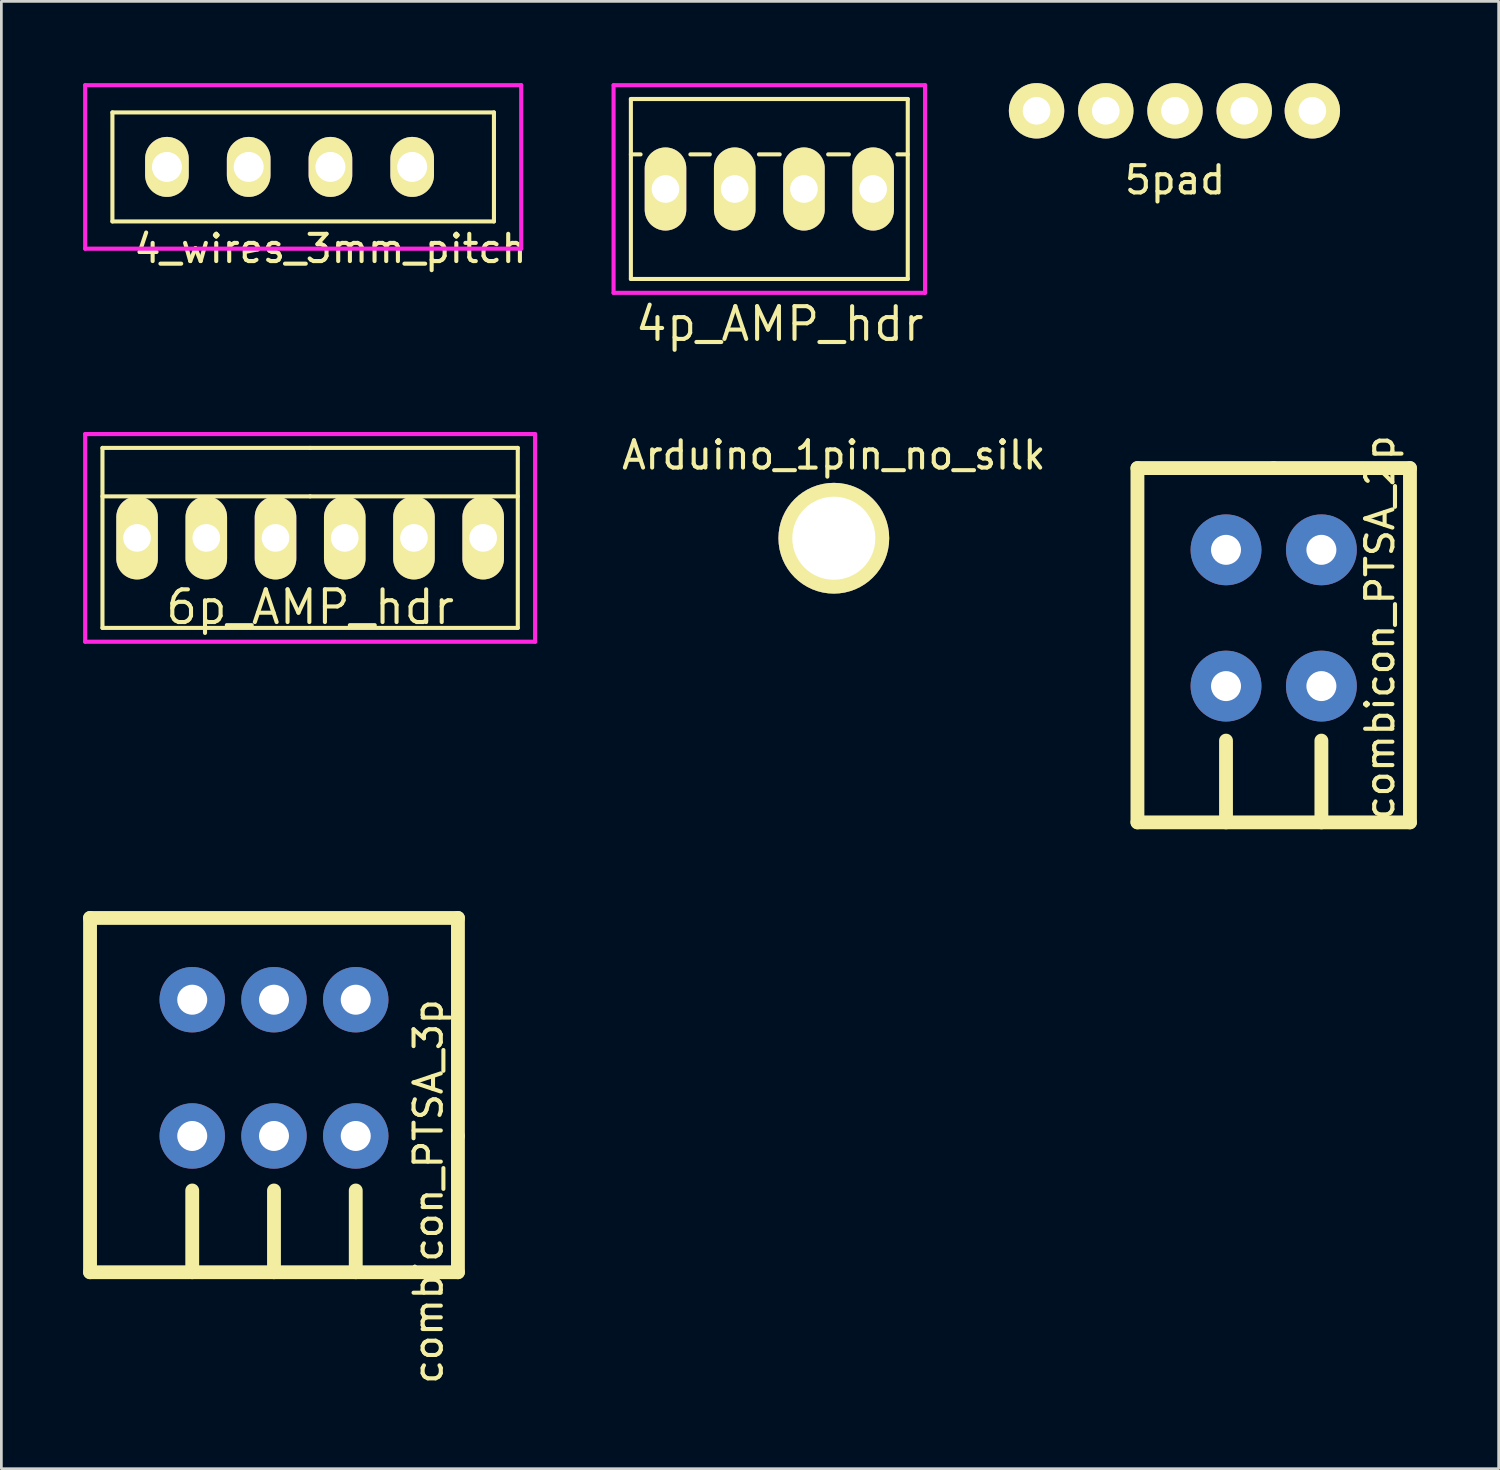
<source format=kicad_pcb>
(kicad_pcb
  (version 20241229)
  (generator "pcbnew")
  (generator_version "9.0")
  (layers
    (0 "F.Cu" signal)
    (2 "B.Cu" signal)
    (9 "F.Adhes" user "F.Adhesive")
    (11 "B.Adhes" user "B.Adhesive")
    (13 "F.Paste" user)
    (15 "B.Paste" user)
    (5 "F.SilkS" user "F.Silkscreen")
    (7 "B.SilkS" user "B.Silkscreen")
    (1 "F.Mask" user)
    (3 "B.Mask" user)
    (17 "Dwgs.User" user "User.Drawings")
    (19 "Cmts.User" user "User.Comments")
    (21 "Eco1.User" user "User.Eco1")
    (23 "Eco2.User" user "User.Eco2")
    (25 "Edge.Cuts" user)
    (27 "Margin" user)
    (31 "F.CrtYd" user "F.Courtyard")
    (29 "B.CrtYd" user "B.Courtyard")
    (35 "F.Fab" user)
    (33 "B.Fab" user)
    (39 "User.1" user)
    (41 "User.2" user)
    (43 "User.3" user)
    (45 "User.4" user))
  (footprint "4p_AMP_hdr"
    (layer "F.Cu")
    (at 25.18 3.885)
    (property "Reference" "4p_AMP_hdr" (at 0.381 4.953 0) (layer "F.SilkS") (effects (font (size 1.2 1.2) (thickness 0.15))))
    (attr through_hole)
    (fp_line (start -5.08 -3.302) (end 5.08 -3.302) (stroke (width 0.15) (type solid)) (layer "F.SilkS"))
    (fp_line (start -5.08 -1.27) (end -4.724 -1.27) (stroke (width 0.15) (type solid)) (layer "F.SilkS"))
    (fp_line (start -5.08 3.302) (end -5.08 -3.302) (stroke (width 0.15) (type solid)) (layer "F.SilkS"))
    (fp_line (start -2.896 -1.27) (end -2.184 -1.27) (stroke (width 0.15) (type solid)) (layer "F.SilkS"))
    (fp_line (start -0.381 -1.27) (end 0.381 -1.27) (stroke (width 0.15) (type solid)) (layer "F.SilkS"))
    (fp_line (start 2.159 -1.27) (end 2.921 -1.27) (stroke (width 0.15) (type solid)) (layer "F.SilkS"))
    (fp_line (start 4.699 -1.27) (end 5.08 -1.27) (stroke (width 0.15) (type solid)) (layer "F.SilkS"))
    (fp_line (start 5.08 -3.302) (end 5.08 3.302) (stroke (width 0.15) (type solid)) (layer "F.SilkS"))
    (fp_line (start 5.08 3.302) (end -5.08 3.302) (stroke (width 0.15) (type solid)) (layer "F.SilkS"))
    (fp_line (start -5.715 -3.81) (end 5.715 -3.81) (stroke (width 0.15) (type solid)) (layer "F.CrtYd"))
    (fp_line (start -5.715 3.81) (end -5.715 -3.81) (stroke (width 0.15) (type solid)) (layer "F.CrtYd"))
    (fp_line (start 5.715 -3.81) (end 5.715 3.81) (stroke (width 0.15) (type solid)) (layer "F.CrtYd"))
    (fp_line (start 5.715 3.81) (end -5.715 3.81) (stroke (width 0.15) (type solid)) (layer "F.CrtYd"))
    (pad "1" thru_hole oval (at -3.81 0) (size 1.524 3.048) (drill 1.016) (layers "*.Cu" "*.Mask" "F.SilkS"))
    (pad "2" thru_hole oval (at -1.27 0) (size 1.524 3.048) (drill 1.016) (layers "*.Cu" "*.Mask" "F.SilkS"))
    (pad "3" thru_hole oval (at 1.27 0) (size 1.524 3.048) (drill 1.016) (layers "*.Cu" "*.Mask" "F.SilkS"))
    (pad "4" thru_hole oval (at 3.81 0) (size 1.524 3.048) (drill 1.016) (layers "*.Cu" "*.Mask" "F.SilkS")))
  (footprint "combicon_PTSA_2p"
    (layer "F.Cu")
    (at 43.688 22.126)
    (property "Reference" "combicon_PTSA_2p" (at 3.9 -2.15 90) (layer "F.SilkS") (effects (font (size 1 1) (thickness 0.15))))
    (attr through_hole)
    (fp_line (start -5 -8) (end 0 -8) (stroke (width 0.508) (type solid)) (layer "F.SilkS"))
    (fp_line (start -5 5) (end -5 -8) (stroke (width 0.508) (type solid)) (layer "F.SilkS"))
    (fp_line (start -1.75 2) (end -1.75 5) (stroke (width 0.508) (type solid)) (layer "F.SilkS"))
    (fp_line (start 0 -8) (end 5 -8) (stroke (width 0.508) (type solid)) (layer "F.SilkS"))
    (fp_line (start 1.75 2) (end 1.75 5) (stroke (width 0.508) (type solid)) (layer "F.SilkS"))
    (fp_line (start 5 -8) (end 5 5) (stroke (width 0.508) (type solid)) (layer "F.SilkS"))
    (fp_line (start 5 5) (end -5 5) (stroke (width 0.508) (type solid)) (layer "F.SilkS"))
    (pad "1" thru_hole circle (at -1.75 -5) (size 2.6 2.6) (drill 1.1) (layers "*.Cu" "*.Mask"))
    (pad "1" thru_hole circle (at -1.75 0) (size 2.6 2.6) (drill 1.1) (layers "*.Cu" "*.Mask"))
    (pad "2" thru_hole circle (at 1.75 -5) (size 2.6 2.6) (drill 1.1) (layers "*.Cu" "*.Mask"))
    (pad "2" thru_hole circle (at 1.75 0) (size 2.6 2.6) (drill 1.1) (layers "*.Cu" "*.Mask")))
  (footprint "Arduino_1pin_no_silk"
    (layer "F.Cu")
    (at 27.547 16.7)
    (property "Reference" "Arduino_1pin_no_silk" (at 0 -3.048 0) (layer "F.SilkS") (effects (font (size 1 1) (thickness 0.15))))
    (attr through_hole)
    (pad "1" thru_hole circle (at 0 0) (size 4.064 4.064) (drill 3.048) (layers "*.Cu" "*.Mask" "F.SilkS")))
  (footprint "6p_AMP_hdr"
    (layer "F.Cu")
    (at 5.79 16.688)
    (property "Reference" "6p_AMP_hdr" (at 2.54 2.54 0) (layer "F.SilkS") (effects (font (size 1.2 1.2) (thickness 0.15))))
    (attr through_hole)
    (fp_line (start -5.08 -3.302) (end 2.54 -3.302) (stroke (width 0.15) (type solid)) (layer "F.SilkS"))
    (fp_line (start -5.08 -1.524) (end 2.54 -1.524) (stroke (width 0.15) (type solid)) (layer "F.SilkS"))
    (fp_line (start -5.08 3.302) (end -5.08 -3.302) (stroke (width 0.15) (type solid)) (layer "F.SilkS"))
    (fp_line (start -5.08 3.302) (end 2.54 3.302) (stroke (width 0.15) (type solid)) (layer "F.SilkS"))
    (fp_line (start 2.54 -3.302) (end 10.16 -3.302) (stroke (width 0.15) (type solid)) (layer "F.SilkS"))
    (fp_line (start 2.54 -1.524) (end 10.16 -1.524) (stroke (width 0.15) (type solid)) (layer "F.SilkS"))
    (fp_line (start 2.54 3.302) (end 10.16 3.302) (stroke (width 0.15) (type solid)) (layer "F.SilkS"))
    (fp_line (start 10.16 -3.302) (end 10.16 3.302) (stroke (width 0.15) (type solid)) (layer "F.SilkS"))
    (fp_line (start -5.715 -3.81) (end -5.715 3.81) (stroke (width 0.15) (type solid)) (layer "F.CrtYd"))
    (fp_line (start -5.715 3.81) (end 10.795 3.81) (stroke (width 0.15) (type solid)) (layer "F.CrtYd"))
    (fp_line (start 10.795 -3.81) (end -5.715 -3.81) (stroke (width 0.15) (type solid)) (layer "F.CrtYd"))
    (fp_line (start 10.795 3.81) (end 10.795 -3.81) (stroke (width 0.15) (type solid)) (layer "F.CrtYd"))
    (pad "1" thru_hole oval (at -3.81 0) (size 1.524 3.048) (drill 1.016) (layers "*.Cu" "*.Mask" "F.SilkS"))
    (pad "2" thru_hole oval (at -1.27 0) (size 1.524 3.048) (drill 1.016) (layers "*.Cu" "*.Mask" "F.SilkS"))
    (pad "3" thru_hole oval (at 1.27 0) (size 1.524 3.048) (drill 1.016) (layers "*.Cu" "*.Mask" "F.SilkS"))
    (pad "4" thru_hole oval (at 3.81 0) (size 1.524 3.048) (drill 1.016) (layers "*.Cu" "*.Mask" "F.SilkS"))
    (pad "5" thru_hole oval (at 6.35 0) (size 1.524 3.048) (drill 1.016) (layers "*.Cu" "*.Mask" "F.SilkS"))
    (pad "6" thru_hole oval (at 8.89 0) (size 1.524 3.048) (drill 1.016) (layers "*.Cu" "*.Mask" "F.SilkS")))
  (footprint "combicon_PTSA_3p"
    (layer "F.Cu")
    (at 7.004 38.634)
    (property "Reference" "combicon_PTSA_3p" (at 5.666 2.036 90) (unlocked yes) (layer "F.SilkS") (effects (font (size 1 1) (thickness 0.15))))
    (attr through_hole)
    (fp_line (start -6.75 -8) (end 6.75 -8) (stroke (width 0.508) (type solid)) (layer "F.SilkS"))
    (fp_line (start -6.75 5) (end -6.75 -8) (stroke (width 0.508) (type solid)) (layer "F.SilkS"))
    (fp_line (start -6.75 5) (end 6.75 5) (stroke (width 0.508) (type solid)) (layer "F.SilkS"))
    (fp_line (start -3 2) (end -3 5) (stroke (width 0.508) (type solid)) (layer "F.SilkS"))
    (fp_line (start 0 2) (end 0 5) (stroke (width 0.508) (type solid)) (layer "F.SilkS"))
    (fp_line (start 3 2) (end 3 5) (stroke (width 0.508) (type solid)) (layer "F.SilkS"))
    (fp_line (start 6.75 -8) (end 6.75 -0.000001) (stroke (width 0.508) (type solid)) (layer "F.SilkS"))
    (fp_line (start 6.75 -0.000001) (end 6.75 5) (stroke (width 0.508) (type solid)) (layer "F.SilkS"))
    (pad "1" thru_hole circle (at -3 -5) (size 2.4 2.4) (drill 1.1) (layers "*.Cu" "*.Mask"))
    (pad "1" thru_hole circle (at -3 0) (size 2.4 2.4) (drill 1.1) (layers "*.Cu" "*.Mask"))
    (pad "2" thru_hole circle (at 0 -5) (size 2.4 2.4) (drill 1.1) (layers "*.Cu" "*.Mask"))
    (pad "2" thru_hole circle (at 0 0) (size 2.4 2.4) (drill 1.1) (layers "*.Cu" "*.Mask"))
    (pad "3" thru_hole circle (at 3 -5) (size 2.4 2.4) (drill 1.1) (layers "*.Cu" "*.Mask"))
    (pad "3" thru_hole circle (at 3 0) (size 2.4 2.4) (drill 1.1) (layers "*.Cu" "*.Mask")))
  (footprint "4_wires_3mm_pitch"
    (layer "F.Cu")
    (at 3.075 3.075)
    (property "Reference" "4_wires_3mm_pitch" (at 6 3 0) (layer "F.SilkS") (effects (font (size 1 1) (thickness 0.15))))
    (attr through_hole)
    (fp_line (start -2 -2) (end -2 2) (stroke (width 0.15) (type solid)) (layer "F.SilkS"))
    (fp_line (start -2 2) (end 12 2) (stroke (width 0.15) (type solid)) (layer "F.SilkS"))
    (fp_line (start 12 -2) (end -2 -2) (stroke (width 0.15) (type solid)) (layer "F.SilkS"))
    (fp_line (start 12 2) (end 12 -2) (stroke (width 0.15) (type solid)) (layer "F.SilkS"))
    (fp_line (start -3 -3) (end 13 -3) (stroke (width 0.15) (type solid)) (layer "F.CrtYd"))
    (fp_line (start -3 3) (end -3 -3) (stroke (width 0.15) (type solid)) (layer "F.CrtYd"))
    (fp_line (start 13 -3) (end 13 3) (stroke (width 0.15) (type solid)) (layer "F.CrtYd"))
    (fp_line (start 13 3) (end -3 3) (stroke (width 0.15) (type solid)) (layer "F.CrtYd"))
    (pad "1" thru_hole oval (at 0 0) (size 1.6 2.2) (drill 1.1) (layers "*.Cu" "*.Mask" "F.SilkS"))
    (pad "2" thru_hole oval (at 3 0) (size 1.6 2.2) (drill 1.1) (layers "*.Cu" "*.Mask" "F.SilkS"))
    (pad "3" thru_hole oval (at 6 0) (size 1.6 2.2) (drill 1.1) (layers "*.Cu" "*.Mask" "F.SilkS"))
    (pad "4" thru_hole oval (at 9 0) (size 1.6 2.2) (drill 1.1) (layers "*.Cu" "*.Mask" "F.SilkS")))
  (footprint "5pad"
    (layer "F.Cu")
    (at 40.066 1.016)
    (property "Reference" "5pad" (at 0 2.54 0) (layer "F.SilkS") (effects (font (size 1 1) (thickness 0.15))))
    (attr through_hole)
    (pad "1" thru_hole circle (at -5.08 0) (size 2.032 2.032) (drill 1.016) (layers "*.Cu" "*.Mask" "F.SilkS"))
    (pad "1" thru_hole circle (at -2.54 0) (size 2.032 2.032) (drill 1.016) (layers "*.Cu" "*.Mask" "F.SilkS"))
    (pad "1" thru_hole circle (at 0 0) (size 2.032 2.032) (drill 1.016) (layers "*.Cu" "*.Mask" "F.SilkS"))
    (pad "1" thru_hole circle (at 2.54 0) (size 2.032 2.032) (drill 1.016) (layers "*.Cu" "*.Mask" "F.SilkS"))
    (pad "1" thru_hole circle (at 5.04 0) (size 2.032 2.032) (drill 1.016) (layers "*.Cu" "*.Mask" "F.SilkS")))
  (gr_rect
    (start -3 -3)
    (end 51.942 50.842)
    (stroke (width 0.1) (type default))
    (fill no)
    (layer "Edge.Cuts")))
</source>
